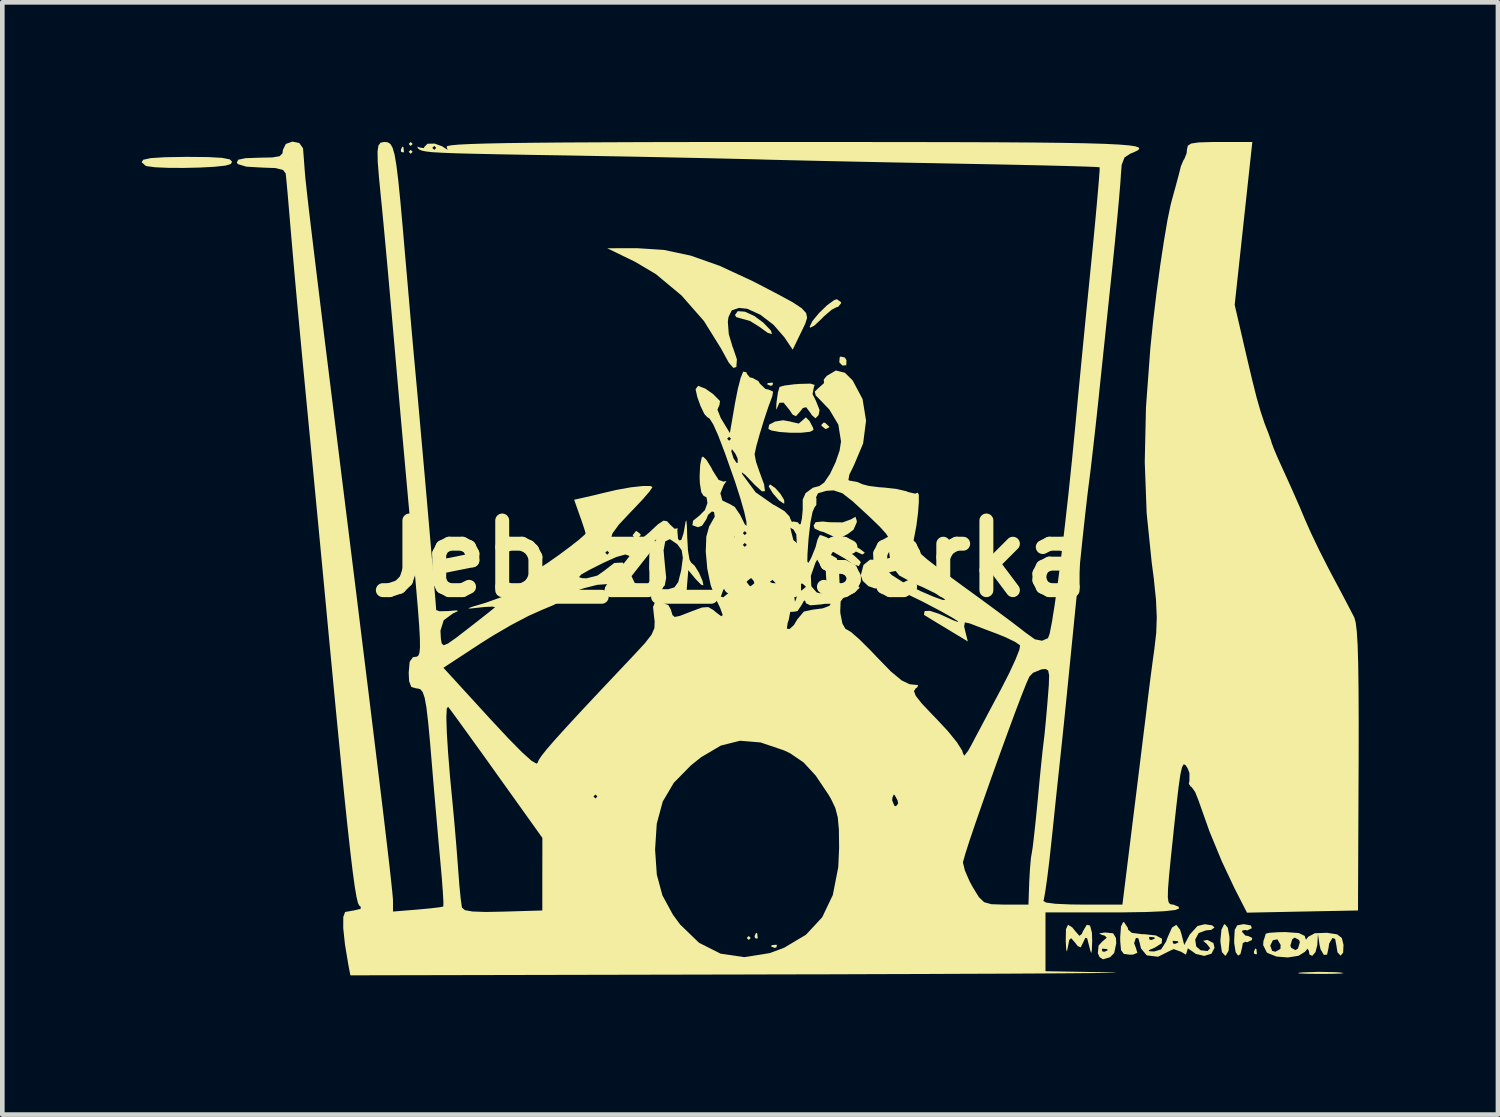
<source format=kicad_pcb>
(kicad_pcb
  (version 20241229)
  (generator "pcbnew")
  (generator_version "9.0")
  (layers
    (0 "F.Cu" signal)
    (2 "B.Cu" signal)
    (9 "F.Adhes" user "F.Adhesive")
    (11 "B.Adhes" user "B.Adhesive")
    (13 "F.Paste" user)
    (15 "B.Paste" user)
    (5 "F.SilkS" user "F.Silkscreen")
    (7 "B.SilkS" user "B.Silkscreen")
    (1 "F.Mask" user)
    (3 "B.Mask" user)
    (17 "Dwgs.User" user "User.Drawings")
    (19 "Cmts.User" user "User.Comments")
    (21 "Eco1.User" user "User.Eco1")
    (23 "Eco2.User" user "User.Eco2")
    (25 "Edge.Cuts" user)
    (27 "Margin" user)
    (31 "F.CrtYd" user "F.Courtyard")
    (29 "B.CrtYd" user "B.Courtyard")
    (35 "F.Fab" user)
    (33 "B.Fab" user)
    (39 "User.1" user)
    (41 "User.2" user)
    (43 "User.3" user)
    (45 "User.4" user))
  (footprint "Jeb_z_laserka"
    (layer "F.Cu")
    (at 12.696 8.983)
    (property "Reference" "Jeb_z_laserka" (at 0 0 0) (layer "F.SilkS") (effects (font (size 1.5 1.5) (thickness 0.3))))
    (attr board_only exclude_from_pos_files exclude_from_bom)
    (fp_poly (pts (xy -6.858 -8.932) (xy -6.9 -8.89) (xy -6.943 -8.932) (xy -6.9 -8.975)) (stroke (width 0) (type solid)) (fill yes) (layer "F.SilkS"))
    (fp_poly (pts (xy -6.858 -8.763) (xy -6.9 -8.721) (xy -6.943 -8.763) (xy -6.9 -8.805)) (stroke (width 0) (type solid)) (fill yes) (layer "F.SilkS"))
    (fp_poly (pts (xy 0.423 8.17) (xy 0.381 8.213) (xy 0.339 8.17) (xy 0.381 8.128)) (stroke (width 0) (type solid)) (fill yes) (layer "F.SilkS"))
    (fp_poly (pts (xy -7.056 -8.862) (xy -7.045 -8.761) (xy -7.056 -8.749) (xy -7.106 -8.761) (xy -7.112 -8.805) (xy -7.081 -8.875)) (stroke (width 0) (type solid)) (fill yes) (layer "F.SilkS"))
    (fp_poly (pts (xy 0.564 8.072) (xy 0.575 8.172) (xy 0.564 8.184) (xy 0.514 8.173) (xy 0.508 8.128) (xy 0.539 8.058)) (stroke (width 0) (type solid)) (fill yes) (layer "F.SilkS"))
    (fp_poly (pts (xy 0.903 -3.782) (xy 0.891 -3.731) (xy 0.847 -3.725) (xy 0.777 -3.756) (xy 0.79 -3.782) (xy 0.891 -3.792)) (stroke (width 0) (type solid)) (fill yes) (layer "F.SilkS"))
    (fp_poly (pts (xy 0.988 8.326) (xy 0.976 8.376) (xy 0.931 8.382) (xy 0.862 8.351) (xy 0.875 8.326) (xy 0.975 8.315)) (stroke (width 0) (type solid)) (fill yes) (layer "F.SilkS"))
    (fp_poly (pts (xy 11.317 8.41) (xy 11.327 8.511) (xy 11.317 8.523) (xy 11.267 8.511) (xy 11.261 8.467) (xy 11.292 8.397)) (stroke (width 0) (type solid)) (fill yes) (layer "F.SilkS"))
    (fp_poly (pts (xy 2.451 -4.332) (xy 2.486 -4.275) (xy 2.482 -4.166) (xy 2.399 -4.16) (xy 2.332 -4.227) (xy 2.34 -4.336) (xy 2.36 -4.354)) (stroke (width 0) (type solid)) (fill yes) (layer "F.SilkS"))
    (fp_poly (pts (xy -1.95 -0.528) (xy -1.947 -0.508) (xy -2.012 -0.426) (xy -2.032 -0.423) (xy -2.114 -0.488) (xy -2.117 -0.508) (xy -2.052 -0.59) (xy -2.032 -0.593)) (stroke (width 0) (type solid)) (fill yes) (layer "F.SilkS"))
    (fp_poly (pts (xy 2.032 -2.921) (xy 2.113 -2.845) (xy 2.117 -2.831) (xy 2.051 -2.795) (xy 2.032 -2.794) (xy 1.951 -2.859) (xy 1.947 -2.884) (xy 1.999 -2.934)) (stroke (width 0) (type solid)) (fill yes) (layer "F.SilkS"))
    (fp_poly (pts (xy 0.848 -1.594) (xy 0.956 -1.519) (xy 1.066 -1.392) (xy 1.143 -1.265) (xy 1.148 -1.192) (xy 1.132 -1.188) (xy 1.036 -1.252) (xy 0.904 -1.403) (xy 0.898 -1.411) (xy 0.811 -1.557) (xy 0.837 -1.597)) (stroke (width 0) (type solid)) (fill yes) (layer "F.SilkS"))
    (fp_poly (pts (xy 13.026 8.907) (xy 13.102 8.912) (xy 13.196 8.925) (xy 13.136 8.936) (xy 12.938 8.942) (xy 12.7 8.944) (xy 12.406 8.941) (xy 12.238 8.934) (xy 12.211 8.923) (xy 12.298 8.912) (xy 12.653 8.9)) (stroke (width 0) (type solid)) (fill yes) (layer "F.SilkS"))
    (fp_poly (pts (xy 0.297 -5.32) (xy 0.501 -5.228) (xy 0.697 -5.082) (xy 0.858 -4.913) (xy 0.883 -4.836) (xy 0.788 -4.865) (xy 0.604 -4.998) (xy 0.409 -5.119) (xy 0.245 -5.165) (xy 0.112 -5.202) (xy 0.085 -5.249) (xy 0.145 -5.331)) (stroke (width 0) (type solid)) (fill yes) (layer "F.SilkS"))
    (fp_poly (pts (xy 10.7 7.95) (xy 10.735 8.145) (xy 10.737 8.213) (xy 10.717 8.445) (xy 10.656 8.549) (xy 10.642 8.551) (xy 10.573 8.474) (xy 10.542 8.264) (xy 10.541 8.213) (xy 10.563 7.991) (xy 10.619 7.879) (xy 10.637 7.874)) (stroke (width 0) (type solid)) (fill yes) (layer "F.SilkS"))
    (fp_poly (pts (xy 2.367 -5.527) (xy 2.371 -5.503) (xy 2.305 -5.422) (xy 2.278 -5.419) (xy 2.166 -5.361) (xy 2 -5.218) (xy 1.939 -5.156) (xy 1.792 -5.018) (xy 1.704 -4.975) (xy 1.693 -4.993) (xy 1.752 -5.117) (xy 1.895 -5.29) (xy 2.069 -5.458) (xy 2.223 -5.57) (xy 2.279 -5.588)) (stroke (width 0) (type solid)) (fill yes) (layer "F.SilkS"))
    (fp_poly (pts (xy 1.692 -2.963) (xy 1.765 -2.822) (xy 1.777 -2.773) (xy 1.703 -2.733) (xy 1.518 -2.713) (xy 1.279 -2.712) (xy 1.042 -2.729) (xy 0.864 -2.762) (xy 0.804 -2.795) (xy 0.82 -2.885) (xy 0.946 -2.953) (xy 1.122 -2.981) (xy 1.289 -2.951) (xy 1.302 -2.945) (xy 1.458 -2.91) (xy 1.535 -2.976) (xy 1.611 -3.044)) (stroke (width 0) (type solid)) (fill yes) (layer "F.SilkS"))
    (fp_poly (pts (xy -11.27 -8.65) (xy -10.964 -8.633) (xy -10.795 -8.6) (xy -10.747 -8.548) (xy -10.777 -8.499) (xy -10.89 -8.466) (xy -11.126 -8.441) (xy -11.442 -8.424) (xy -11.79 -8.416) (xy -12.127 -8.418) (xy -12.406 -8.43) (xy -12.583 -8.454) (xy -12.613 -8.465) (xy -12.696 -8.539) (xy -12.661 -8.592) (xy -12.495 -8.628) (xy -12.184 -8.647) (xy -11.729 -8.654)) (stroke (width 0) (type solid)) (fill yes) (layer "F.SilkS"))
    (fp_poly (pts (xy 11.199 7.901) (xy 11.217 7.96) (xy 11.116 8.009) (xy 11.085 7.997) (xy 11.012 8.01) (xy 11.007 8.038) (xy 11.076 8.117) (xy 11.139 8.128) (xy 11.226 8.17) (xy 11.217 8.214) (xy 11.116 8.263) (xy 11.085 8.251) (xy 11.023 8.28) (xy 11.007 8.377) (xy 10.972 8.517) (xy 10.922 8.551) (xy 10.869 8.476) (xy 10.839 8.289) (xy 10.837 8.213) (xy 10.849 7.995) (xy 10.903 7.898) (xy 11.031 7.874) (xy 11.054 7.874)) (stroke (width 0) (type solid)) (fill yes) (layer "F.SilkS"))
    (fp_poly (pts (xy 2.709 -0.813) (xy 2.709 -0.785) (xy 2.639 -0.625) (xy 2.519 -0.534) (xy 2.403 -0.473) (xy 2.406 -0.421) (xy 2.543 -0.339) (xy 2.604 -0.307) (xy 2.784 -0.204) (xy 2.876 -0.133) (xy 2.879 -0.125) (xy 2.829 -0.089) (xy 2.673 -0.161) (xy 2.413 -0.339) (xy 2.185 -0.485) (xy 1.99 -0.575) (xy 1.926 -0.589) (xy 1.801 -0.648) (xy 1.778 -0.712) (xy 1.822 -0.786) (xy 1.978 -0.8) (xy 2.116 -0.785) (xy 2.404 -0.781) (xy 2.582 -0.846) (xy 2.681 -0.902)) (stroke (width 0) (type solid)) (fill yes) (layer "F.SilkS"))
    (fp_poly (pts (xy 8.231 8.07) (xy 8.291 8.173) (xy 8.297 8.288) (xy 8.253 8.494) (xy 8.163 8.585) (xy 8.01 8.63) (xy 7.937 8.582) (xy 7.9 8.497) (xy 7.909 8.41) (xy 7.987 8.41) (xy 7.999 8.461) (xy 8.043 8.467) (xy 8.113 8.436) (xy 8.1 8.41) (xy 7.999 8.4) (xy 7.987 8.41) (xy 7.909 8.41) (xy 7.917 8.333) (xy 7.993 8.25) (xy 8.093 8.164) (xy 8.05 8.121) (xy 7.986 8.103) (xy 7.927 8.072) (xy 8.036 8.055) (xy 8.064 8.053)) (stroke (width 0) (type solid)) (fill yes) (layer "F.SilkS"))
    (fp_poly (pts (xy 7.733 7.903) (xy 7.774 8.06) (xy 7.779 8.234) (xy 7.771 8.443) (xy 7.756 8.496) (xy 7.728 8.403) (xy 7.713 8.34) (xy 7.67 8.177) (xy 7.632 8.166) (xy 7.59 8.255) (xy 7.531 8.373) (xy 7.467 8.344) (xy 7.409 8.269) (xy 7.325 8.174) (xy 7.284 8.214) (xy 7.258 8.353) (xy 7.235 8.462) (xy 7.219 8.413) (xy 7.209 8.234) (xy 7.214 7.981) (xy 7.258 7.886) (xy 7.349 7.941) (xy 7.414 8.022) (xy 7.503 8.124) (xy 7.554 8.086) (xy 7.581 8.022) (xy 7.663 7.886)) (stroke (width 0) (type solid)) (fill yes) (layer "F.SilkS"))
    (fp_poly (pts (xy 1.801 -3.742) (xy 1.783 -3.689) (xy 1.756 -3.542) (xy 1.827 -3.403) (xy 1.907 -3.201) (xy 1.886 -3.093) (xy 1.819 -3.023) (xy 1.741 -3.091) (xy 1.707 -3.143) (xy 1.617 -3.263) (xy 1.546 -3.243) (xy 1.486 -3.167) (xy 1.398 -3.069) (xy 1.326 -3.103) (xy 1.26 -3.201) (xy 1.132 -3.36) (xy 1.041 -3.357) (xy 0.99 -3.239) (xy 0.973 -3.21) (xy 0.976 -3.325) (xy 0.981 -3.376) (xy 1.01 -3.58) (xy 1.044 -3.696) (xy 1.047 -3.7) (xy 1.147 -3.728) (xy 1.356 -3.755) (xy 1.476 -3.764) (xy 1.711 -3.77)) (stroke (width 0) (type solid)) (fill yes) (layer "F.SilkS"))
    (fp_poly (pts (xy -1.447 -6.65) (xy -0.868 -6.527) (xy -0.247 -6.308) (xy 0.453 -5.984) (xy 0.593 -5.912) (xy 1.027 -5.686) (xy 1.331 -5.52) (xy 1.521 -5.395) (xy 1.618 -5.29) (xy 1.638 -5.186) (xy 1.599 -5.062) (xy 1.52 -4.898) (xy 1.514 -4.885) (xy 1.328 -4.502) (xy 1.149 -4.768) (xy 0.914 -5.038) (xy 0.631 -5.254) (xy 0.35 -5.382) (xy 0.172 -5.401) (xy 0.015 -5.348) (xy -0.055 -5.204) (xy -0.069 -5.104) (xy -0.049 -4.838) (xy 0.034 -4.559) (xy 0.044 -4.537) (xy 0.126 -4.295) (xy 0.115 -4.13) (xy 0.113 -4.127) (xy 0.049 -4.109) (xy -0.051 -4.226) (xy -0.196 -4.49) (xy -0.212 -4.521) (xy -0.584 -5.119) (xy -1.067 -5.669) (xy -1.618 -6.128) (xy -2.065 -6.393) (xy -2.667 -6.686) (xy -2.02 -6.687)) (stroke (width 0) (type solid)) (fill yes) (layer "F.SilkS"))
    (fp_poly (pts (xy 12.229 8.064) (xy 12.356 8.125) (xy 12.363 8.149) (xy 12.383 8.207) (xy 12.435 8.143) (xy 12.575 8.068) (xy 12.836 8.059) (xy 13.054 8.092) (xy 13.156 8.17) (xy 13.192 8.318) (xy 13.184 8.486) (xy 13.129 8.551) (xy 13.062 8.479) (xy 13.039 8.335) (xy 13.012 8.191) (xy 12.954 8.17) (xy 12.883 8.29) (xy 12.869 8.387) (xy 12.838 8.53) (xy 12.768 8.534) (xy 12.698 8.415) (xy 12.676 8.318) (xy 12.641 8.086) (xy 12.628 8.318) (xy 12.589 8.475) (xy 12.519 8.555) (xy 12.459 8.528) (xy 12.445 8.445) (xy 12.416 8.401) (xy 12.364 8.466) (xy 12.222 8.554) (xy 11.993 8.59) (xy 11.747 8.57) (xy 11.559 8.495) (xy 11.537 8.477) (xy 11.467 8.335) (xy 11.614 8.335) (xy 11.655 8.448) (xy 11.726 8.467) (xy 11.833 8.406) (xy 11.837 8.334) (xy 12.047 8.334) (xy 12.065 8.382) (xy 12.159 8.432) (xy 12.211 8.397) (xy 12.252 8.261) (xy 12.234 8.213) (xy 12.141 8.162) (xy 12.088 8.198) (xy 12.047 8.334) (xy 11.837 8.334) (xy 11.837 8.318) (xy 11.767 8.199) (xy 11.67 8.22) (xy 11.614 8.335) (xy 11.467 8.335) (xy 11.461 8.323) (xy 11.467 8.237) (xy 11.51 8.107) (xy 11.515 8.079) (xy 11.591 8.059) (xy 11.786 8.046) (xy 11.938 8.043)) (stroke (width 0) (type solid)) (fill yes) (layer "F.SilkS"))
    (fp_poly (pts (xy 8.467 7.832) (xy 8.548 7.955) (xy 8.551 7.988) (xy 8.631 8.06) (xy 8.855 8.089) (xy 8.903 8.089) (xy 9.153 8.116) (xy 9.283 8.187) (xy 9.277 8.283) (xy 9.13 8.377) (xy 8.994 8.436) (xy 9.012 8.456) (xy 9.116 8.461) (xy 9.264 8.416) (xy 9.371 8.246) (xy 9.373 8.241) (xy 9.511 8.241) (xy 9.523 8.291) (xy 9.567 8.297) (xy 9.637 8.266) (xy 9.624 8.241) (xy 9.523 8.231) (xy 9.511 8.241) (xy 9.373 8.241) (xy 9.398 8.17) (xy 9.498 7.946) (xy 9.591 7.887) (xy 9.673 7.995) (xy 9.705 8.098) (xy 9.761 8.322) (xy 9.879 8.098) (xy 10.048 7.912) (xy 10.205 7.874) (xy 10.363 7.898) (xy 10.414 7.944) (xy 10.342 7.996) (xy 10.223 8.008) (xy 10.072 8.065) (xy 9.998 8.203) (xy 10.019 8.353) (xy 10.115 8.435) (xy 10.264 8.452) (xy 10.32 8.392) (xy 10.246 8.296) (xy 10.242 8.294) (xy 10.168 8.231) (xy 10.253 8.214) (xy 10.266 8.214) (xy 10.391 8.281) (xy 10.414 8.382) (xy 10.348 8.509) (xy 10.192 8.556) (xy 10.01 8.513) (xy 9.923 8.45) (xy 9.839 8.393) (xy 9.821 8.46) (xy 9.797 8.529) (xy 9.698 8.469) (xy 9.694 8.467) (xy 9.533 8.41) (xy 9.461 8.443) (xy 9.198 8.574) (xy 8.962 8.546) (xy 8.948 8.538) (xy 8.829 8.394) (xy 8.805 8.288) (xy 8.772 8.174) (xy 8.72 8.17) (xy 8.682 8.283) (xy 8.718 8.377) (xy 8.752 8.49) (xy 8.661 8.528) (xy 8.591 8.53) (xy 8.461 8.514) (xy 8.4 8.434) (xy 8.383 8.245) (xy 8.382 8.156) (xy 9.003 8.156) (xy 9.015 8.207) (xy 9.059 8.213) (xy 9.129 8.182) (xy 9.116 8.156) (xy 9.015 8.146) (xy 9.003 8.156) (xy 8.382 8.156) (xy 8.382 8.155) (xy 8.399 7.925) (xy 8.444 7.828)) (stroke (width 0) (type solid)) (fill yes) (layer "F.SilkS"))
    (fp_poly (pts (xy -9.3 -8.953) (xy -9.219 -8.839) (xy -9.218 -8.827) (xy -9.204 -8.647) (xy -9.185 -8.394) (xy -9.181 -8.34) (xy -9.166 -8.173) (xy -9.136 -7.896) (xy -9.091 -7.501) (xy -9.029 -6.982) (xy -8.95 -6.329) (xy -8.853 -5.537) (xy -8.738 -4.599) (xy -8.602 -3.505) (xy -8.466 -2.413) (xy -8.268 -0.823) (xy -8.09 0.605) (xy -7.933 1.877) (xy -7.794 2.999) (xy -7.674 3.979) (xy -7.571 4.82) (xy -7.485 5.531) (xy -7.416 6.116) (xy -7.361 6.583) (xy -7.322 6.936) (xy -7.296 7.183) (xy -7.283 7.329) (xy -7.281 7.368) (xy -7.281 7.601) (xy -6.752 7.558) (xy -6.473 7.532) (xy -6.272 7.508) (xy -6.198 7.493) (xy -6.195 7.405) (xy -6.207 7.184) (xy -6.231 6.865) (xy -6.259 6.551) (xy -6.302 6.078) (xy -6.351 5.515) (xy -6.401 4.94) (xy -6.435 4.53) (xy -6.484 3.946) (xy -6.525 3.51) (xy -6.536 3.42) (xy -6.132 3.42) (xy -6.122 3.742) (xy -6.095 4.177) (xy -6.052 4.707) (xy -6.008 5.165) (xy -5.964 5.632) (xy -5.92 6.144) (xy -5.884 6.606) (xy -5.878 6.689) (xy -5.852 7.031) (xy -5.824 7.314) (xy -5.8 7.491) (xy -5.794 7.518) (xy -5.732 7.571) (xy -5.569 7.6) (xy -5.282 7.61) (xy -4.912 7.603) (xy -4.065 7.578) (xy -4.065 6.796) (xy -4.064 6.265) (xy -1.636 6.265) (xy -1.599 6.806) (xy -1.478 7.253) (xy -1.252 7.669) (xy -1.093 7.884) (xy -0.689 8.274) (xy -0.226 8.508) (xy 0.285 8.583) (xy 0.834 8.496) (xy 1.143 8.381) (xy 1.615 8.099) (xy 1.963 7.725) (xy 2.192 7.245) (xy 2.309 6.648) (xy 2.314 6.547) (xy 4.995 6.547) (xy 5.037 6.717) (xy 5.142 6.958) (xy 5.211 7.083) (xy 5.338 7.29) (xy 5.451 7.399) (xy 5.607 7.443) (xy 5.864 7.451) (xy 5.916 7.451) (xy 6.406 7.451) (xy 6.423 6.964) (xy 6.439 6.674) (xy 6.46 6.443) (xy 6.476 6.35) (xy 6.497 6.219) (xy 6.528 5.958) (xy 6.566 5.605) (xy 6.605 5.207) (xy 6.644 4.79) (xy 6.681 4.417) (xy 6.711 4.131) (xy 6.729 3.979) (xy 6.751 3.797) (xy 6.78 3.502) (xy 6.811 3.15) (xy 6.818 3.062) (xy 6.845 2.718) (xy 6.851 2.511) (xy 6.83 2.408) (xy 6.775 2.377) (xy 6.686 2.385) (xy 6.504 2.459) (xy 6.426 2.54) (xy 6.359 2.691) (xy 6.25 2.966) (xy 6.109 3.338) (xy 5.946 3.78) (xy 5.77 4.264) (xy 5.591 4.763) (xy 5.42 5.25) (xy 5.265 5.696) (xy 5.136 6.076) (xy 5.045 6.361) (xy 4.999 6.524) (xy 4.995 6.547) (xy 2.314 6.547) (xy 2.328 6.223) (xy 2.323 5.84) (xy 2.299 5.573) (xy 2.246 5.37) (xy 2.169 5.207) (xy 3.471 5.207) (xy 3.516 5.32) (xy 3.553 5.334) (xy 3.6 5.272) (xy 3.587 5.207) (xy 3.527 5.096) (xy 3.505 5.08) (xy 3.475 5.149) (xy 3.471 5.207) (xy 2.169 5.207) (xy 2.154 5.177) (xy 2.097 5.08) (xy 1.822 4.671) (xy 1.56 4.387) (xy 1.273 4.192) (xy 1.143 4.13) (xy 0.637 3.959) (xy 0.195 3.922) (xy -0.22 4.026) (xy -0.645 4.277) (xy -0.867 4.455) (xy -1.233 4.828) (xy -1.472 5.233) (xy -1.6 5.709) (xy -1.636 6.265) (xy -4.064 6.265) (xy -4.064 6.014) (xy -4.701 5.122) (xy -2.963 5.122) (xy -2.921 5.165) (xy -2.879 5.122) (xy -2.921 5.08) (xy -2.963 5.122) (xy -4.701 5.122) (xy -5.048 4.637) (xy -5.351 4.212) (xy -5.624 3.834) (xy -5.848 3.524) (xy -6.009 3.303) (xy -6.09 3.196) (xy -6.095 3.19) (xy -6.123 3.23) (xy -6.132 3.42) (xy -6.536 3.42) (xy -6.562 3.2) (xy -6.6 2.994) (xy -6.642 2.873) (xy -6.692 2.813) (xy -6.756 2.795) (xy -6.781 2.794) (xy -6.887 2.763) (xy -6.934 2.64) (xy -6.943 2.455) (xy -6.922 2.22) (xy -6.852 2.123) (xy -6.816 2.117) (xy -6.77 2.112) (xy -6.735 2.088) (xy -6.711 2.026) (xy -6.7 1.91) (xy -6.702 1.722) (xy -6.717 1.446) (xy -6.746 1.065) (xy -6.789 0.562) (xy -6.846 -0.081) (xy -6.897 -0.639) (xy -6.965 -1.391) (xy -7.04 -2.223) (xy -7.117 -3.079) (xy -7.19 -3.902) (xy -7.254 -4.637) (xy -7.278 -4.911) (xy -7.333 -5.533) (xy -7.388 -6.154) (xy -7.441 -6.734) (xy -7.488 -7.236) (xy -7.525 -7.622) (xy -7.536 -7.729) (xy -7.583 -8.211) (xy -7.61 -8.55) (xy -7.614 -8.771) (xy -7.595 -8.898) (xy -7.551 -8.958) (xy -7.48 -8.974) (xy -7.46 -8.975) (xy -7.392 -8.967) (xy -7.336 -8.931) (xy -7.289 -8.849) (xy -7.247 -8.703) (xy -7.208 -8.473) (xy -7.167 -8.142) (xy -7.122 -7.691) (xy -7.069 -7.102) (xy -7.028 -6.626) (xy -6.977 -6.041) (xy -6.929 -5.484) (xy -6.886 -4.988) (xy -6.85 -4.584) (xy -6.825 -4.304) (xy -6.818 -4.233) (xy -6.784 -3.861) (xy -6.741 -3.393) (xy -6.693 -2.853) (xy -6.641 -2.267) (xy -6.587 -1.66) (xy -6.534 -1.056) (xy -6.484 -0.48) (xy -6.439 0.043) (xy -6.401 0.488) (xy -6.372 0.831) (xy -6.355 1.047) (xy -6.351 1.107) (xy -6.277 1.133) (xy -6.097 1.129) (xy -6.075 1.127) (xy -5.903 1.113) (xy -5.886 1.131) (xy -5.992 1.182) (xy -6.189 1.326) (xy -6.259 1.552) (xy -6.25 1.725) (xy -6.232 1.827) (xy -6.191 1.865) (xy -6.099 1.829) (xy -5.927 1.709) (xy -5.673 1.513) (xy -5.414 1.311) (xy -5.21 1.15) (xy -5.095 1.057) (xy -5.083 1.046) (xy -5.134 1.033) (xy -5.306 1.041) (xy -5.422 1.053) (xy -5.61 1.074) (xy -5.663 1.07) (xy -5.571 1.035) (xy -5.326 0.963) (xy -5.287 0.951) (xy -4.923 0.821) (xy -4.862 0.79) (xy -3.866 0.79) (xy -3.855 0.841) (xy -3.81 0.847) (xy -3.74 0.816) (xy -3.754 0.79) (xy -3.854 0.78) (xy -3.866 0.79) (xy -4.862 0.79) (xy -4.617 0.664) (xy -4.404 0.502) (xy -4.343 0.398) (xy -3.275 0.398) (xy -3.21 0.42) (xy -3.108 0.423) (xy -2.877 0.363) (xy -2.734 0.262) (xy -2.515 0.093) (xy -2.335 0.084) (xy -2.204 0.232) (xy -2.173 0.317) (xy -2.074 0.524) (xy -1.928 0.592) (xy -1.913 0.593) (xy -1.805 0.574) (xy -1.759 0.49) (xy -1.759 0.296) (xy -1.765 0.207) (xy -1.76 -0.103) (xy -1.675 -0.319) (xy -1.641 -0.365) (xy -1.607 -0.418) (xy -1.681 -0.365) (xy -1.805 -0.255) (xy -2.027 -0.076) (xy -2.157 -0.036) (xy -2.185 -0.058) (xy -2.276 -0.09) (xy -2.472 -0.035) (xy -2.741 0.086) (xy -3.055 0.244) (xy -3.228 0.343) (xy -3.275 0.398) (xy -4.343 0.398) (xy -4.318 0.355) (xy -4.318 0.348) (xy -4.254 0.258) (xy -4.227 0.254) (xy -4.131 0.208) (xy -3.947 0.089) (xy -3.716 -0.073) (xy -3.643 -0.127) (xy -2.709 -0.127) (xy -2.667 -0.085) (xy -2.625 -0.127) (xy -2.667 -0.169) (xy -2.709 -0.127) (xy -3.643 -0.127) (xy -3.48 -0.248) (xy -3.279 -0.405) (xy -3.154 -0.515) (xy -3.133 -0.545) (xy -3.158 -0.633) (xy -3.222 -0.825) (xy -3.256 -0.92) (xy -3.379 -1.269) (xy -3.15 -1.32) (xy -2.924 -1.372) (xy -2.78 -1.408) (xy -2.463 -1.482) (xy -2.155 -1.537) (xy -1.897 -1.565) (xy -1.731 -1.564) (xy -1.693 -1.542) (xy -1.749 -1.455) (xy -1.897 -1.283) (xy -2.108 -1.059) (xy -2.167 -0.999) (xy -2.417 -0.732) (xy -2.554 -0.544) (xy -2.595 -0.407) (xy -2.586 -0.352) (xy -2.476 -0.219) (xy -2.285 -0.216) (xy -2.034 -0.339) (xy -1.769 -0.558) (xy -1.572 -0.742) (xy -1.454 -0.819) (xy -1.377 -0.806) (xy -1.315 -0.736) (xy -1.215 -0.643) (xy -1.165 -0.652) (xy -1.148 -0.652) (xy -1.157 -0.606) (xy -1.142 -0.434) (xy -1.122 -0.395) (xy -1.071 -0.402) (xy -1.022 -0.55) (xy -1.007 -0.635) (xy -0.979 -0.797) (xy -0.962 -0.824) (xy -0.951 -0.704) (xy -0.943 -0.445) (xy -0.927 -0.17) (xy -0.895 0.021) (xy -0.86 0.085) (xy -0.783 0.153) (xy -0.688 0.308) (xy -0.614 0.48) (xy -0.595 0.575) (xy -0.643 0.562) (xy -0.754 0.448) (xy -0.76 0.442) (xy -0.921 0.248) (xy -0.947 0.569) (xy -0.974 0.889) (xy -1.397 0.861) (xy -1.686 0.82) (xy -1.931 0.751) (xy -2.006 0.714) (xy -2.146 0.66) (xy -1.483 0.66) (xy -1.355 0.66) (xy -1.219 0.618) (xy -1.137 0.504) (xy -1.078 0.271) (xy -1.072 0.241) (xy -1.038 -0.019) (xy -1.063 -0.181) (xy -1.156 -0.309) (xy -1.161 -0.314) (xy -1.318 -0.42) (xy -1.417 -0.372) (xy -1.453 -0.179) (xy -1.426 0.121) (xy -1.397 0.413) (xy -1.427 0.575) (xy -1.463 0.614) (xy -1.483 0.66) (xy -2.146 0.66) (xy -2.196 0.641) (xy -2.325 0.645) (xy -2.498 0.64) (xy -2.576 0.598) (xy -2.692 0.55) (xy -2.881 0.564) (xy -3.169 0.637) (xy -3.414 0.721) (xy -3.569 0.798) (xy -3.601 0.843) (xy -3.651 0.905) (xy -3.824 1) (xy -4.071 1.103) (xy -4.362 1.233) (xy -4.735 1.429) (xy -5.135 1.662) (xy -5.39 1.823) (xy -6.195 2.35) (xy -5.193 3.446) (xy -4.795 3.873) (xy -4.498 4.174) (xy -4.298 4.353) (xy -4.189 4.415) (xy -4.165 4.396) (xy -4.141 4.335) (xy -4.077 4.24) (xy -3.964 4.098) (xy -3.79 3.898) (xy -3.545 3.627) (xy -3.218 3.273) (xy -2.798 2.825) (xy -2.275 2.271) (xy -2.089 2.074) (xy -1.852 1.817) (xy -1.713 1.639) (xy -1.656 1.507) (xy 1.202 1.507) (xy 1.26 1.516) (xy 1.354 1.43) (xy 1.424 1.312) (xy 1.568 1.14) (xy 1.755 1.099) (xy 1.978 1.07) (xy 2.117 1.017) (xy 2.149 0.972) (xy 2.024 0.973) (xy 1.926 0.987) (xy 1.706 1.005) (xy 1.613 0.96) (xy 1.603 0.921) (xy 1.575 0.898) (xy 1.519 1) (xy 1.432 1.129) (xy 1.355 1.143) (xy 1.277 1.146) (xy 1.27 1.173) (xy 1.242 1.32) (xy 1.219 1.39) (xy 1.202 1.507) (xy -1.656 1.507) (xy -1.651 1.498) (xy -1.645 1.353) (xy -1.658 1.249) (xy -1.68 1.041) (xy -1.644 0.951) (xy -1.529 0.931) (xy -1.524 0.931) (xy -1.349 1.001) (xy -1.295 1.101) (xy -1.263 1.213) (xy -1.214 1.256) (xy -1.103 1.233) (xy -0.884 1.148) (xy -0.845 1.133) (xy -0.624 1.052) (xy -0.491 1.043) (xy -0.381 1.106) (xy -0.336 1.146) (xy -0.212 1.24) (xy -0.179 1.215) (xy -0.235 1.06) (xy -0.332 0.859) (xy -0.348 0.818) (xy -0.22 0.818) (xy -0.167 0.832) (xy -0.036 0.726) (xy 0.075 0.58) (xy 0.042 0.512) (xy 0.003 0.508) (xy 0.339 0.508) (xy 0.403 0.59) (xy 0.423 0.593) (xy 0.506 0.528) (xy 0.507 0.52) (xy 0.828 0.52) (xy 0.86 0.646) (xy 0.983 0.735) (xy 1.131 0.781) (xy 1.185 0.754) (xy 1.227 0.676) (xy 1.308 0.704) (xy 1.363 0.811) (xy 1.364 0.825) (xy 1.376 0.93) (xy 1.401 0.87) (xy 1.413 0.825) (xy 1.483 0.7) (xy 1.53 0.677) (xy 1.607 0.613) (xy 1.609 0.598) (xy 1.542 0.54) (xy 1.393 0.535) (xy 1.238 0.576) (xy 1.168 0.631) (xy 1.079 0.647) (xy 0.991 0.559) (xy 0.894 0.458) (xy 0.837 0.498) (xy 0.828 0.52) (xy 0.507 0.52) (xy 0.508 0.508) (xy 0.444 0.426) (xy 0.423 0.423) (xy 0.341 0.488) (xy 0.339 0.508) (xy 0.003 0.508) (xy -0.097 0.574) (xy -0.169 0.677) (xy -0.22 0.818) (xy -0.348 0.818) (xy -0.44 0.566) (xy -0.513 0.21) (xy -0.516 0.169) (xy 1.439 0.169) (xy 1.47 0.239) (xy 1.496 0.226) (xy 1.506 0.125) (xy 1.496 0.113) (xy 1.445 0.125) (xy 1.439 0.169) (xy -0.516 0.169) (xy -0.526 0.056) (xy 1.643 0.056) (xy 1.662 0.093) (xy 1.707 0.022) (xy 1.737 -0.042) (xy 1.821 -0.25) (xy 1.859 -0.4) (xy 1.859 -0.402) (xy 1.906 -0.501) (xy 1.931 -0.508) (xy 2.053 -0.463) (xy 2.248 -0.351) (xy 2.467 -0.206) (xy 2.66 -0.06) (xy 2.778 0.051) (xy 2.794 0.083) (xy 2.752 0.161) (xy 2.618 0.115) (xy 2.455 -0.000001) (xy 2.204 -0.144) (xy 2.006 -0.131) (xy 1.844 0.042) (xy 1.817 0.09) (xy 1.719 0.371) (xy 1.729 0.595) (xy 1.843 0.726) (xy 1.905 0.744) (xy 2.003 0.742) (xy 2.049 0.672) (xy 2.054 0.495) (xy 2.044 0.334) (xy 2.034 0.08) (xy 2.055 -0.044) (xy 2.12 -0.076) (xy 2.171 -0.07) (xy 2.278 -0.007) (xy 2.323 0.155) (xy 2.328 0.302) (xy 2.337 0.518) (xy 2.386 0.609) (xy 2.512 0.62) (xy 2.582 0.612) (xy 2.751 0.599) (xy 2.77 0.629) (xy 2.672 0.715) (xy 2.511 0.817) (xy 2.416 0.847) (xy 2.36 0.923) (xy 2.352 1.132) (xy 2.356 1.185) (xy 2.399 1.4) (xy 2.467 1.516) (xy 2.49 1.524) (xy 2.588 1.583) (xy 2.768 1.741) (xy 2.999 1.97) (xy 3.137 2.116) (xy 3.444 2.431) (xy 3.674 2.622) (xy 3.845 2.704) (xy 3.895 2.71) (xy 4.03 2.723) (xy 4.013 2.77) (xy 3.979 2.793) (xy 3.94 2.852) (xy 3.977 2.952) (xy 4.106 3.117) (xy 4.342 3.366) (xy 4.424 3.45) (xy 4.673 3.717) (xy 4.867 3.957) (xy 4.979 4.135) (xy 4.995 4.192) (xy 5.024 4.244) (xy 5.108 4.137) (xy 5.173 4.02) (xy 5.286 3.806) (xy 5.454 3.49) (xy 5.652 3.117) (xy 5.813 2.815) (xy 5.991 2.467) (xy 6.128 2.171) (xy 6.211 1.96) (xy 6.226 1.868) (xy 6.125 1.796) (xy 5.917 1.695) (xy 5.735 1.621) (xy 5.459 1.517) (xy 5.23 1.429) (xy 5.139 1.394) (xy 5.036 1.373) (xy 5.021 1.459) (xy 5.043 1.558) (xy 5.1 1.783) (xy 4.645 1.508) (xy 4.403 1.362) (xy 4.225 1.253) (xy 4.156 1.21) (xy 4.166 1.141) (xy 4.178 1.128) (xy 4.283 1.124) (xy 4.474 1.186) (xy 4.534 1.212) (xy 4.781 1.326) (xy 4.892 1.366) (xy 4.879 1.342) (xy 4.753 1.263) (xy 4.529 1.137) (xy 4.216 0.972) (xy 4.116 0.92) (xy 3.706 0.721) (xy 3.427 0.606) (xy 3.266 0.573) (xy 3.216 0.595) (xy 3.107 0.644) (xy 2.959 0.593) (xy 2.835 0.477) (xy 2.795 0.357) (xy 2.854 0.134) (xy 2.994 0.021) (xy 3.164 0.03) (xy 3.314 0.173) (xy 3.338 0.222) (xy 3.462 0.353) (xy 3.721 0.518) (xy 4.088 0.702) (xy 4.1 0.707) (xy 4.375 0.825) (xy 4.554 0.888) (xy 4.615 0.891) (xy 4.587 0.862) (xy 4.393 0.743) (xy 4.118 0.609) (xy 3.964 0.546) (xy 3.624 0.363) (xy 3.503 0.212) (xy 3.556 0.212) (xy 3.598 0.254) (xy 3.641 0.212) (xy 3.598 0.169) (xy 3.556 0.212) (xy 3.503 0.212) (xy 3.44 0.132) (xy 3.402 -0.162) (xy 3.415 -0.25) (xy 3.426 -0.344) (xy 3.406 -0.433) (xy 3.337 -0.541) (xy 3.201 -0.691) (xy 2.978 -0.906) (xy 2.649 -1.209) (xy 2.617 -1.238) (xy 2.398 -1.409) (xy 2.21 -1.47) (xy 2.059 -1.462) (xy 1.873 -1.409) (xy 1.831 -1.319) (xy 1.839 -1.295) (xy 1.837 -1.155) (xy 1.803 -1.113) (xy 1.756 -1.008) (xy 1.71 -0.779) (xy 1.674 -0.474) (xy 1.669 -0.423) (xy 1.647 -0.109) (xy 1.643 0.056) (xy -0.526 0.056) (xy -0.545 -0.154) (xy -0.539 -0.296) (xy 0.254 -0.296) (xy 0.296 -0.254) (xy 0.339 -0.296) (xy 0.296 -0.339) (xy 0.254 -0.296) (xy -0.539 -0.296) (xy -0.533 -0.466) (xy -0.000001 -0.466) (xy 0.042 -0.423) (xy 0.085 -0.466) (xy 0.042 -0.508) (xy -0.000001 -0.466) (xy -0.533 -0.466) (xy -0.533 -0.474) (xy -0.511 -0.55) (xy 0.254 -0.55) (xy 0.296 -0.508) (xy 0.339 -0.55) (xy 0.296 -0.593) (xy 0.254 -0.55) (xy -0.511 -0.55) (xy -0.479 -0.667) (xy 1.279 -0.667) (xy 1.297 -0.574) (xy 1.3 -0.565) (xy 1.354 -0.355) (xy 1.366 -0.268) (xy 1.386 -0.229) (xy 1.416 -0.327) (xy 1.406 -0.521) (xy 1.349 -0.624) (xy 1.279 -0.667) (xy -0.479 -0.667) (xy -0.472 -0.694) (xy -0.458 -0.716) (xy -0.351 -0.905) (xy -0.366 -1.005) (xy -0.413 -1.016) (xy -0.493 -0.946) (xy -0.533 -0.847) (xy -0.625 -0.709) (xy -0.712 -0.677) (xy -0.832 -0.719) (xy -0.818 -0.817) (xy -0.677 -0.931) (xy -0.564 -1.045) (xy -0.509 -1.196) (xy -0.526 -1.319) (xy -0.593 -1.355) (xy -0.641 -1.431) (xy -0.672 -1.626) (xy -0.677 -1.778) (xy -0.665 -2.02) (xy -0.633 -2.173) (xy -0.608 -2.201) (xy -0.532 -2.132) (xy -0.426 -1.961) (xy -0.396 -1.9) (xy -0.268 -1.697) (xy -0.157 -1.658) (xy -0.147 -1.663) (xy -0.097 -1.673) (xy -0.158 -1.584) (xy -0.23 -1.406) (xy -0.187 -1.253) (xy -0.046 -1.185) (xy -0.041 -1.185) (xy 0.079 -1.115) (xy 0.198 -0.941) (xy 0.212 -0.91) (xy 0.297 -0.738) (xy 0.335 -0.708) (xy 0.33 -0.801) (xy 0.286 -1) (xy 0.206 -1.283) (xy 0.094 -1.634) (xy 0.052 -1.755) (xy -0.132 -2.275) (xy -0.147 -2.314) (xy 0.006 -2.314) (xy 0.053 -2.162) (xy 0.116 -2.065) (xy 0.145 -2.064) (xy 0.141 -2.159) (xy 0.095 -2.258) (xy 0.02 -2.358) (xy 0.006 -2.314) (xy -0.147 -2.314) (xy -0.249 -2.582) (xy -0.085 -2.582) (xy -0.042 -2.54) (xy -0.000001 -2.582) (xy -0.042 -2.625) (xy -0.085 -2.582) (xy -0.249 -2.582) (xy -0.274 -2.648) (xy -0.382 -2.89) (xy -0.463 -3.018) (xy -0.513 -3.048) (xy -0.576 -3.118) (xy -0.656 -3.285) (xy -0.727 -3.482) (xy -0.762 -3.641) (xy -0.762 -3.653) (xy -0.709 -3.722) (xy -0.554 -3.663) (xy -0.385 -3.544) (xy -0.238 -3.395) (xy -0.25 -3.305) (xy -0.253 -3.303) (xy -0.293 -3.21) (xy -0.222 -3.031) (xy -0.188 -2.974) (xy -0.025 -2.705) (xy 0.085 -3.345) (xy 0.146 -3.656) (xy 0.208 -3.896) (xy 0.259 -4.022) (xy 0.266 -4.029) (xy 0.335 -4.012) (xy 0.339 -3.984) (xy 0.406 -3.903) (xy 0.457 -3.895) (xy 0.587 -3.826) (xy 0.623 -3.768) (xy 0.74 -3.656) (xy 0.811 -3.641) (xy 0.906 -3.598) (xy 0.887 -3.493) (xy 0.805 -3.273) (xy 0.71 -2.987) (xy 0.619 -2.688) (xy 0.546 -2.428) (xy 0.51 -2.262) (xy 0.508 -2.242) (xy 0.539 -2.084) (xy 0.606 -1.889) (xy 0.712 -1.599) (xy 0.731 -1.453) (xy 0.664 -1.451) (xy 0.509 -1.591) (xy 0.453 -1.651) (xy 0.305 -1.805) (xy 0.231 -1.86) (xy 0.241 -1.82) (xy 0.53 -1.429) (xy 0.912 -1.162) (xy 0.952 -1.143) (xy 1.151 -1.024) (xy 1.262 -0.906) (xy 1.27 -0.874) (xy 1.31 -0.792) (xy 1.347 -0.8) (xy 1.442 -0.782) (xy 1.468 -0.741) (xy 1.499 -0.743) (xy 1.526 -0.863) (xy 1.544 -1.054) (xy 1.544 -1.265) (xy 1.543 -1.27) (xy 1.606 -1.412) (xy 1.764 -1.528) (xy 1.902 -1.564) (xy 2.007 -1.64) (xy 2.132 -1.826) (xy 2.25 -2.073) (xy 2.338 -2.327) (xy 2.369 -2.524) (xy 2.311 -2.887) (xy 2.118 -3.211) (xy 1.961 -3.376) (xy 1.823 -3.516) (xy 1.803 -3.599) (xy 1.889 -3.681) (xy 1.905 -3.694) (xy 2.003 -3.782) (xy 2 -3.81) (xy 1.997 -3.858) (xy 2.062 -3.937) (xy 2.257 -4.053) (xy 2.452 -4.004) (xy 2.618 -3.841) (xy 2.833 -3.438) (xy 2.908 -2.973) (xy 2.845 -2.481) (xy 2.642 -2) (xy 2.64 -1.997) (xy 2.548 -1.809) (xy 2.528 -1.696) (xy 2.543 -1.683) (xy 2.721 -1.651) (xy 2.836 -1.601) (xy 2.967 -1.567) (xy 3.197 -1.538) (xy 3.301 -1.531) (xy 3.566 -1.501) (xy 3.774 -1.453) (xy 3.819 -1.434) (xy 3.965 -1.4) (xy 4.02 -1.421) (xy 4.044 -1.381) (xy 4.045 -1.22) (xy 4.027 -0.982) (xy 3.993 -0.715) (xy 3.946 -0.462) (xy 3.937 -0.423) (xy 3.929 -0.336) (xy 3.961 -0.246) (xy 4.052 -0.136) (xy 4.221 0.013) (xy 4.486 0.218) (xy 4.866 0.497) (xy 4.997 0.593) (xy 5.393 0.881) (xy 5.756 1.148) (xy 6.058 1.373) (xy 6.268 1.534) (xy 6.335 1.587) (xy 6.544 1.737) (xy 6.699 1.768) (xy 6.827 1.713) (xy 6.863 1.614) (xy 6.912 1.365) (xy 6.972 0.988) (xy 7.041 0.501) (xy 7.115 -0.075) (xy 7.192 -0.722) (xy 7.27 -1.419) (xy 7.346 -2.146) (xy 7.418 -2.885) (xy 7.445 -3.175) (xy 7.478 -3.528) (xy 7.525 -4.013) (xy 7.581 -4.592) (xy 7.643 -5.227) (xy 7.709 -5.882) (xy 7.746 -6.256) (xy 7.804 -6.84) (xy 7.854 -7.365) (xy 7.894 -7.809) (xy 7.923 -8.149) (xy 7.939 -8.364) (xy 7.939 -8.43) (xy 7.852 -8.437) (xy 7.615 -8.446) (xy 7.249 -8.457) (xy 6.772 -8.469) (xy 6.204 -8.482) (xy 5.565 -8.495) (xy 5.037 -8.505) (xy 4.265 -8.52) (xy 3.467 -8.535) (xy 2.679 -8.551) (xy 1.939 -8.567) (xy 1.283 -8.582) (xy 0.746 -8.595) (xy 0.593 -8.6) (xy 0.082 -8.612) (xy -0.557 -8.627) (xy -1.284 -8.642) (xy -2.057 -8.658) (xy -2.835 -8.672) (xy -3.556 -8.685) (xy -4.362 -8.698) (xy -5.015 -8.71) (xy -5.532 -8.721) (xy -5.929 -8.731) (xy -6.224 -8.743) (xy -6.433 -8.755) (xy -6.573 -8.771) (xy -6.66 -8.789) (xy -6.712 -8.811) (xy -6.743 -8.838) (xy -6.746 -8.841) (xy -6.756 -8.878) (xy -6.71 -8.856) (xy -6.617 -8.843) (xy -6.614 -8.848) (xy -6.435 -8.848) (xy -6.392 -8.805) (xy -6.35 -8.848) (xy -6.392 -8.89) (xy -6.435 -8.848) (xy -6.614 -8.848) (xy -6.604 -8.871) (xy -6.538 -8.937) (xy -6.386 -8.94) (xy -6.22 -8.881) (xy -6.186 -8.857) (xy -6.103 -8.806) (xy -6.127 -8.869) (xy -6.108 -8.888) (xy -6.021 -8.904) (xy -5.858 -8.919) (xy -5.609 -8.931) (xy -5.266 -8.942) (xy -4.821 -8.951) (xy -4.264 -8.958) (xy -3.586 -8.964) (xy -2.78 -8.968) (xy -1.836 -8.972) (xy -0.746 -8.974) (xy 0.5 -8.975) (xy 1.355 -8.975) (xy 2.688 -8.974) (xy 3.86 -8.973) (xy 4.882 -8.971) (xy 5.762 -8.968) (xy 6.509 -8.963) (xy 7.132 -8.956) (xy 7.64 -8.947) (xy 8.043 -8.935) (xy 8.349 -8.92) (xy 8.569 -8.902) (xy 8.71 -8.881) (xy 8.782 -8.855) (xy 8.794 -8.826) (xy 8.755 -8.792) (xy 8.674 -8.753) (xy 8.6 -8.723) (xy 8.474 -8.64) (xy 8.414 -8.482) (xy 8.398 -8.284) (xy 8.385 -8.084) (xy 8.357 -7.75) (xy 8.317 -7.315) (xy 8.268 -6.812) (xy 8.213 -6.275) (xy 8.212 -6.265) (xy 8.146 -5.643) (xy 8.076 -4.974) (xy 8.007 -4.315) (xy 7.945 -3.727) (xy 7.91 -3.387) (xy 7.856 -2.887) (xy 7.8 -2.391) (xy 7.749 -1.949) (xy 7.707 -1.614) (xy 7.7 -1.566) (xy 7.67 -1.317) (xy 7.626 -0.931) (xy 7.572 -0.437) (xy 7.513 0.134) (xy 7.45 0.749) (xy 7.402 1.228) (xy 7.339 1.864) (xy 7.277 2.483) (xy 7.22 3.054) (xy 7.17 3.544) (xy 7.131 3.921) (xy 7.111 4.106) (xy 7.075 4.447) (xy 7.026 4.902) (xy 6.972 5.416) (xy 6.918 5.935) (xy 6.907 6.037) (xy 6.859 6.483) (xy 6.811 6.871) (xy 6.769 7.167) (xy 6.738 7.341) (xy 6.728 7.371) (xy 6.784 7.407) (xy 6.988 7.434) (xy 7.319 7.448) (xy 7.554 7.451) (xy 8.43 7.451) (xy 8.669 5.524) (xy 8.743 4.931) (xy 8.814 4.355) (xy 8.878 3.833) (xy 8.932 3.398) (xy 8.97 3.084) (xy 8.979 3.006) (xy 9.028 2.616) (xy 9.081 2.213) (xy 9.118 1.947) (xy 9.158 1.6) (xy 9.17 1.262) (xy 9.153 0.885) (xy 9.105 0.42) (xy 9.061 0.085) (xy 8.952 -0.979) (xy 8.911 -2.081) (xy 8.937 -3.257) (xy 9.032 -4.539) (xy 9.092 -5.122) (xy 9.164 -5.723) (xy 9.243 -6.308) (xy 9.324 -6.842) (xy 9.4 -7.291) (xy 9.468 -7.619) (xy 9.49 -7.705) (xy 9.577 -8.021) (xy 9.646 -8.278) (xy 9.684 -8.43) (xy 9.686 -8.443) (xy 9.746 -8.586) (xy 9.762 -8.605) (xy 9.813 -8.732) (xy 9.821 -8.819) (xy 9.839 -8.896) (xy 9.913 -8.942) (xy 10.078 -8.966) (xy 10.365 -8.974) (xy 10.525 -8.975) (xy 11.228 -8.975) (xy 11.038 -7.221) (xy 10.848 -5.467) (xy 11.098 -4.387) (xy 11.221 -3.865) (xy 11.32 -3.471) (xy 11.407 -3.168) (xy 11.49 -2.919) (xy 11.572 -2.709) (xy 11.632 -2.54) (xy 11.645 -2.491) (xy 11.689 -2.373) (xy 11.784 -2.15) (xy 11.912 -1.868) (xy 11.918 -1.856) (xy 12.083 -1.491) (xy 12.253 -1.104) (xy 12.361 -0.847) (xy 12.491 -0.554) (xy 12.67 -0.18) (xy 12.868 0.21) (xy 12.936 0.339) (xy 13.116 0.677) (xy 13.276 0.981) (xy 13.392 1.204) (xy 13.426 1.27) (xy 13.455 1.377) (xy 13.479 1.575) (xy 13.497 1.876) (xy 13.509 2.293) (xy 13.516 2.839) (xy 13.519 3.527) (xy 13.518 4.369) (xy 13.517 4.53) (xy 13.504 7.578) (xy 12.308 7.601) (xy 11.113 7.625) (xy 10.847 7.105) (xy 10.572 6.522) (xy 10.307 5.88) (xy 10.092 5.274) (xy 10.077 5.228) (xy 9.997 5.027) (xy 9.919 4.917) (xy 9.902 4.911) (xy 9.86 4.849) (xy 9.873 4.789) (xy 9.874 4.619) (xy 9.834 4.514) (xy 9.787 4.443) (xy 9.748 4.43) (xy 9.713 4.494) (xy 9.678 4.651) (xy 9.639 4.922) (xy 9.592 5.324) (xy 9.532 5.876) (xy 9.532 5.884) (xy 9.474 6.433) (xy 9.434 6.836) (xy 9.412 7.115) (xy 9.408 7.294) (xy 9.422 7.394) (xy 9.453 7.439) (xy 9.501 7.45) (xy 9.525 7.451) (xy 9.638 7.496) (xy 9.652 7.535) (xy 9.569 7.568) (xy 9.33 7.594) (xy 8.946 7.611) (xy 8.429 7.619) (xy 8.213 7.62) (xy 6.773 7.62) (xy 6.773 8.253) (xy 6.773 8.886) (xy 8.191 8.911) (xy 8.301 8.915) (xy 8.251 8.919) (xy 8.048 8.923) (xy 7.703 8.927) (xy 7.224 8.931) (xy 6.619 8.935) (xy 5.898 8.939) (xy 5.069 8.942) (xy 4.142 8.946) (xy 3.125 8.949) (xy 2.026 8.953) (xy 0.856 8.955) (xy 0.705 8.956) (xy -8.199 8.975) (xy -8.244 8.742) (xy -8.316 8.308) (xy -8.353 7.958) (xy -8.352 7.717) (xy -8.313 7.612) (xy -8.305 7.609) (xy -8.14 7.58) (xy -8.128 7.578) (xy -7.988 7.546) (xy -7.98 7.545) (xy -7.975 7.499) (xy -8.009 7.471) (xy -8.036 7.416) (xy -8.068 7.282) (xy -8.106 7.057) (xy -8.15 6.733) (xy -8.202 6.3) (xy -8.263 5.748) (xy -8.334 5.068) (xy -8.415 4.251) (xy -8.509 3.286) (xy -8.616 2.164) (xy -8.645 1.863) (xy -8.722 1.044) (xy -8.797 0.252) (xy -8.873 -0.546) (xy -8.953 -1.384) (xy -9.04 -2.296) (xy -9.138 -3.316) (xy -9.226 -4.233) (xy -9.285 -4.856) (xy -9.345 -5.501) (xy -9.401 -6.122) (xy -9.449 -6.67) (xy -9.486 -7.098) (xy -9.487 -7.112) (xy -9.522 -7.527) (xy -9.553 -7.887) (xy -9.578 -8.155) (xy -9.592 -8.294) (xy -9.593 -8.297) (xy -9.65 -8.373) (xy -9.812 -8.413) (xy -10.11 -8.424) (xy -10.112 -8.424) (xy -10.439 -8.443) (xy -10.618 -8.496) (xy -10.646 -8.53) (xy -10.615 -8.593) (xy -10.456 -8.626) (xy -10.167 -8.636) (xy -9.881 -8.642) (xy -9.725 -8.668) (xy -9.662 -8.728) (xy -9.652 -8.805) (xy -9.589 -8.933) (xy -9.447 -8.983)) (stroke (width 0) (type solid)) (fill yes) (layer "F.SilkS")))
  (gr_rect
    (start -3 -3)
    (end 29.215 20.958)
    (stroke (width 0.1) (type default))
    (fill no)
    (layer "Edge.Cuts")))
</source>
